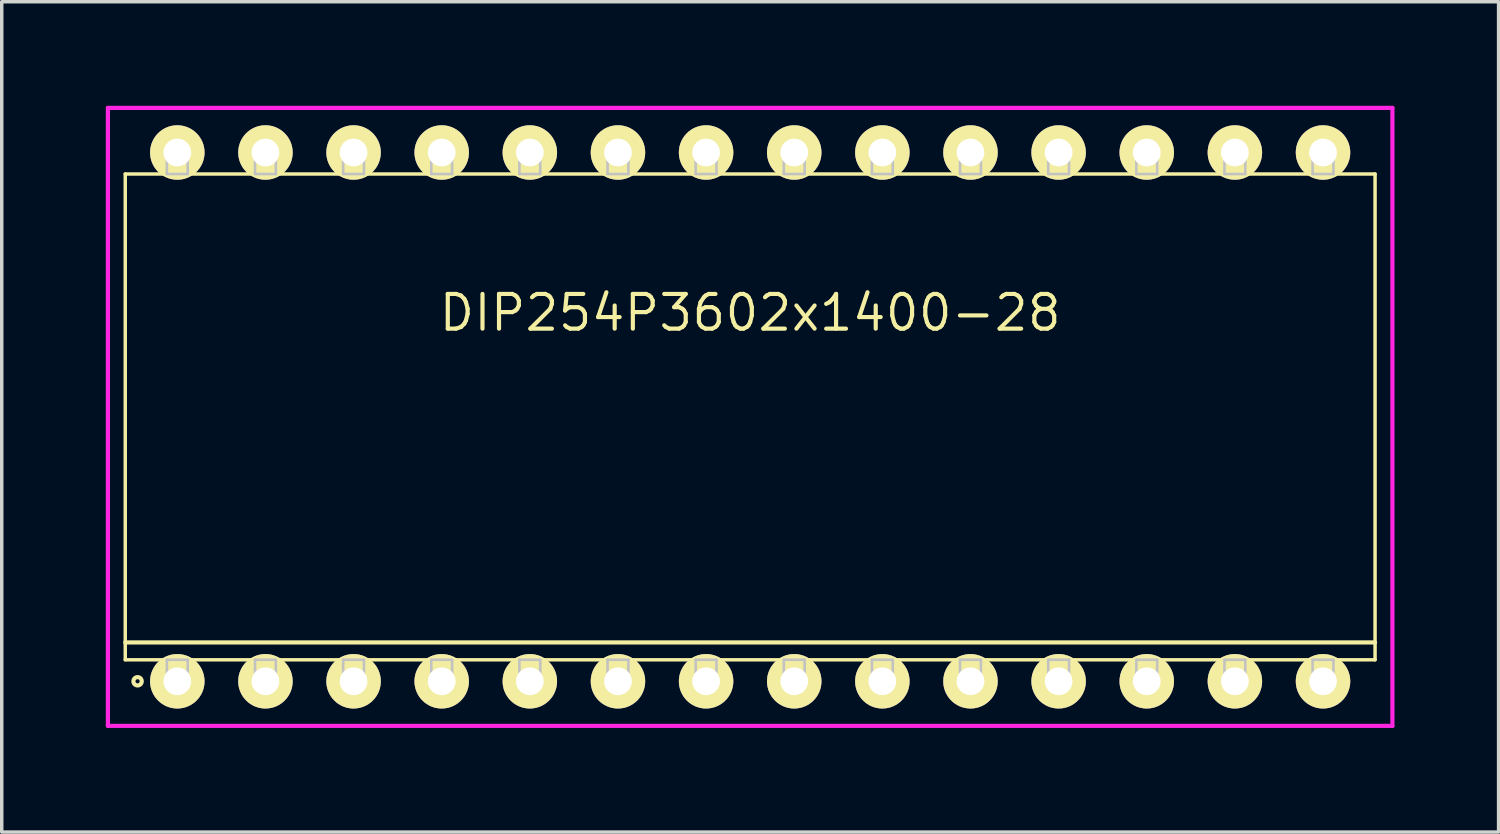
<source format=kicad_pcb>
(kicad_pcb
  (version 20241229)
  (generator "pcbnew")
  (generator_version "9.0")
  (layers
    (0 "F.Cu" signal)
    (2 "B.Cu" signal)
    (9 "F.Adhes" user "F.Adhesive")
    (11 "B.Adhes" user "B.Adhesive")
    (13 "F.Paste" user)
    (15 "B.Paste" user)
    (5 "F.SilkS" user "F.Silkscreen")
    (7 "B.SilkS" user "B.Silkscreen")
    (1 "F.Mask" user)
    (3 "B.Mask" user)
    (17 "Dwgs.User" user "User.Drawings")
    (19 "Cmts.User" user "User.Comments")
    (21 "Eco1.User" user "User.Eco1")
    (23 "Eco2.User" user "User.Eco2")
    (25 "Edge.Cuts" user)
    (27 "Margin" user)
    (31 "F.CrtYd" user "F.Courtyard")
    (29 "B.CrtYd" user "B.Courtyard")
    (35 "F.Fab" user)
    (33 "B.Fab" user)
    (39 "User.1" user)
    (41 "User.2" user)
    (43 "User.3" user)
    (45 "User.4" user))
  (footprint "DIP254P3602x1400-28"
    (layer "F.Cu")
    (at 18.57 8.965)
    (property "Reference" "DIP254P3602x1400-28" (at 0 -3 0) (layer "F.SilkS") (effects (font (size 1 1) (thickness 0.12))))
    (attr through_hole)
    (fp_line (start -18.01 -7) (end -18.01 7) (stroke (width 0.1) (type solid)) (layer "F.SilkS"))
    (fp_line (start -18.01 6.5) (end 18.01 6.5) (stroke (width 0.12) (type solid)) (layer "F.SilkS"))
    (fp_line (start -18.01 7) (end 18.01 7) (stroke (width 0.1) (type solid)) (layer "F.SilkS"))
    (fp_line (start 18.01 -7) (end -18.01 -7) (stroke (width 0.1) (type solid)) (layer "F.SilkS"))
    (fp_line (start 18.01 7) (end 18.01 -7) (stroke (width 0.1) (type solid)) (layer "F.SilkS"))
    (fp_circle (center -17.655 7.62) (end -17.535 7.62) (stroke (width 0.12) (type solid)) (fill no) (layer "F.SilkS"))
    (fp_line (start -16.81 -7.62) (end -16.81 -7) (stroke (width 0.075) (type solid)) (layer "Dwgs.User"))
    (fp_line (start -16.81 -7) (end -16.21 -7) (stroke (width 0.075) (type solid)) (layer "Dwgs.User"))
    (fp_line (start -16.81 7) (end -16.21 7) (stroke (width 0.075) (type solid)) (layer "Dwgs.User"))
    (fp_line (start -16.81 7.62) (end -16.81 7) (stroke (width 0.075) (type solid)) (layer "Dwgs.User"))
    (fp_line (start -16.21 -7.62) (end -16.81 -7.62) (stroke (width 0.075) (type solid)) (layer "Dwgs.User"))
    (fp_line (start -16.21 -7) (end -16.21 -7.62) (stroke (width 0.075) (type solid)) (layer "Dwgs.User"))
    (fp_line (start -16.21 7) (end -16.21 7.62) (stroke (width 0.075) (type solid)) (layer "Dwgs.User"))
    (fp_line (start -16.21 7.62) (end -16.81 7.62) (stroke (width 0.075) (type solid)) (layer "Dwgs.User"))
    (fp_line (start -14.27 -7.62) (end -14.27 -7) (stroke (width 0.075) (type solid)) (layer "Dwgs.User"))
    (fp_line (start -14.27 -7) (end -13.67 -7) (stroke (width 0.075) (type solid)) (layer "Dwgs.User"))
    (fp_line (start -14.27 7) (end -13.67 7) (stroke (width 0.075) (type solid)) (layer "Dwgs.User"))
    (fp_line (start -14.27 7.62) (end -14.27 7) (stroke (width 0.075) (type solid)) (layer "Dwgs.User"))
    (fp_line (start -13.67 -7.62) (end -14.27 -7.62) (stroke (width 0.075) (type solid)) (layer "Dwgs.User"))
    (fp_line (start -13.67 -7) (end -13.67 -7.62) (stroke (width 0.075) (type solid)) (layer "Dwgs.User"))
    (fp_line (start -13.67 7) (end -13.67 7.62) (stroke (width 0.075) (type solid)) (layer "Dwgs.User"))
    (fp_line (start -13.67 7.62) (end -14.27 7.62) (stroke (width 0.075) (type solid)) (layer "Dwgs.User"))
    (fp_line (start -11.73 -7.62) (end -11.73 -7) (stroke (width 0.075) (type solid)) (layer "Dwgs.User"))
    (fp_line (start -11.73 -7) (end -11.13 -7) (stroke (width 0.075) (type solid)) (layer "Dwgs.User"))
    (fp_line (start -11.73 7) (end -11.13 7) (stroke (width 0.075) (type solid)) (layer "Dwgs.User"))
    (fp_line (start -11.73 7.62) (end -11.73 7) (stroke (width 0.075) (type solid)) (layer "Dwgs.User"))
    (fp_line (start -11.13 -7.62) (end -11.73 -7.62) (stroke (width 0.075) (type solid)) (layer "Dwgs.User"))
    (fp_line (start -11.13 -7) (end -11.13 -7.62) (stroke (width 0.075) (type solid)) (layer "Dwgs.User"))
    (fp_line (start -11.13 7) (end -11.13 7.62) (stroke (width 0.075) (type solid)) (layer "Dwgs.User"))
    (fp_line (start -11.13 7.62) (end -11.73 7.62) (stroke (width 0.075) (type solid)) (layer "Dwgs.User"))
    (fp_line (start -9.19 -7.62) (end -9.19 -7) (stroke (width 0.075) (type solid)) (layer "Dwgs.User"))
    (fp_line (start -9.19 -7) (end -8.59 -7) (stroke (width 0.075) (type solid)) (layer "Dwgs.User"))
    (fp_line (start -9.19 7) (end -8.59 7) (stroke (width 0.075) (type solid)) (layer "Dwgs.User"))
    (fp_line (start -9.19 7.62) (end -9.19 7) (stroke (width 0.075) (type solid)) (layer "Dwgs.User"))
    (fp_line (start -8.59 -7.62) (end -9.19 -7.62) (stroke (width 0.075) (type solid)) (layer "Dwgs.User"))
    (fp_line (start -8.59 -7) (end -8.59 -7.62) (stroke (width 0.075) (type solid)) (layer "Dwgs.User"))
    (fp_line (start -8.59 7) (end -8.59 7.62) (stroke (width 0.075) (type solid)) (layer "Dwgs.User"))
    (fp_line (start -8.59 7.62) (end -9.19 7.62) (stroke (width 0.075) (type solid)) (layer "Dwgs.User"))
    (fp_line (start -6.65 -7.62) (end -6.65 -7) (stroke (width 0.075) (type solid)) (layer "Dwgs.User"))
    (fp_line (start -6.65 -7) (end -6.05 -7) (stroke (width 0.075) (type solid)) (layer "Dwgs.User"))
    (fp_line (start -6.65 7) (end -6.05 7) (stroke (width 0.075) (type solid)) (layer "Dwgs.User"))
    (fp_line (start -6.65 7.62) (end -6.65 7) (stroke (width 0.075) (type solid)) (layer "Dwgs.User"))
    (fp_line (start -6.05 -7.62) (end -6.65 -7.62) (stroke (width 0.075) (type solid)) (layer "Dwgs.User"))
    (fp_line (start -6.05 -7) (end -6.05 -7.62) (stroke (width 0.075) (type solid)) (layer "Dwgs.User"))
    (fp_line (start -6.05 7) (end -6.05 7.62) (stroke (width 0.075) (type solid)) (layer "Dwgs.User"))
    (fp_line (start -6.05 7.62) (end -6.65 7.62) (stroke (width 0.075) (type solid)) (layer "Dwgs.User"))
    (fp_line (start -4.11 -7.62) (end -4.11 -7) (stroke (width 0.075) (type solid)) (layer "Dwgs.User"))
    (fp_line (start -4.11 -7) (end -3.51 -7) (stroke (width 0.075) (type solid)) (layer "Dwgs.User"))
    (fp_line (start -4.11 7) (end -3.51 7) (stroke (width 0.075) (type solid)) (layer "Dwgs.User"))
    (fp_line (start -4.11 7.62) (end -4.11 7) (stroke (width 0.075) (type solid)) (layer "Dwgs.User"))
    (fp_line (start -3.51 -7.62) (end -4.11 -7.62) (stroke (width 0.075) (type solid)) (layer "Dwgs.User"))
    (fp_line (start -3.51 -7) (end -3.51 -7.62) (stroke (width 0.075) (type solid)) (layer "Dwgs.User"))
    (fp_line (start -3.51 7) (end -3.51 7.62) (stroke (width 0.075) (type solid)) (layer "Dwgs.User"))
    (fp_line (start -3.51 7.62) (end -4.11 7.62) (stroke (width 0.075) (type solid)) (layer "Dwgs.User"))
    (fp_line (start -1.57 -7.62) (end -1.57 -7) (stroke (width 0.075) (type solid)) (layer "Dwgs.User"))
    (fp_line (start -1.57 -7) (end -0.97 -7) (stroke (width 0.075) (type solid)) (layer "Dwgs.User"))
    (fp_line (start -1.57 7) (end -0.97 7) (stroke (width 0.075) (type solid)) (layer "Dwgs.User"))
    (fp_line (start -1.57 7.62) (end -1.57 7) (stroke (width 0.075) (type solid)) (layer "Dwgs.User"))
    (fp_line (start -0.97 -7.62) (end -1.57 -7.62) (stroke (width 0.075) (type solid)) (layer "Dwgs.User"))
    (fp_line (start -0.97 -7) (end -0.97 -7.62) (stroke (width 0.075) (type solid)) (layer "Dwgs.User"))
    (fp_line (start -0.97 7) (end -0.97 7.62) (stroke (width 0.075) (type solid)) (layer "Dwgs.User"))
    (fp_line (start -0.97 7.62) (end -1.57 7.62) (stroke (width 0.075) (type solid)) (layer "Dwgs.User"))
    (fp_line (start 0.97 -7.62) (end 0.97 -7) (stroke (width 0.075) (type solid)) (layer "Dwgs.User"))
    (fp_line (start 0.97 -7) (end 1.57 -7) (stroke (width 0.075) (type solid)) (layer "Dwgs.User"))
    (fp_line (start 0.97 7) (end 1.57 7) (stroke (width 0.075) (type solid)) (layer "Dwgs.User"))
    (fp_line (start 0.97 7.62) (end 0.97 7) (stroke (width 0.075) (type solid)) (layer "Dwgs.User"))
    (fp_line (start 1.57 -7.62) (end 0.97 -7.62) (stroke (width 0.075) (type solid)) (layer "Dwgs.User"))
    (fp_line (start 1.57 -7) (end 1.57 -7.62) (stroke (width 0.075) (type solid)) (layer "Dwgs.User"))
    (fp_line (start 1.57 7) (end 1.57 7.62) (stroke (width 0.075) (type solid)) (layer "Dwgs.User"))
    (fp_line (start 1.57 7.62) (end 0.97 7.62) (stroke (width 0.075) (type solid)) (layer "Dwgs.User"))
    (fp_line (start 3.51 -7.62) (end 3.51 -7) (stroke (width 0.075) (type solid)) (layer "Dwgs.User"))
    (fp_line (start 3.51 -7) (end 4.11 -7) (stroke (width 0.075) (type solid)) (layer "Dwgs.User"))
    (fp_line (start 3.51 7) (end 4.11 7) (stroke (width 0.075) (type solid)) (layer "Dwgs.User"))
    (fp_line (start 3.51 7.62) (end 3.51 7) (stroke (width 0.075) (type solid)) (layer "Dwgs.User"))
    (fp_line (start 4.11 -7.62) (end 3.51 -7.62) (stroke (width 0.075) (type solid)) (layer "Dwgs.User"))
    (fp_line (start 4.11 -7) (end 4.11 -7.62) (stroke (width 0.075) (type solid)) (layer "Dwgs.User"))
    (fp_line (start 4.11 7) (end 4.11 7.62) (stroke (width 0.075) (type solid)) (layer "Dwgs.User"))
    (fp_line (start 4.11 7.62) (end 3.51 7.62) (stroke (width 0.075) (type solid)) (layer "Dwgs.User"))
    (fp_line (start 6.05 -7.62) (end 6.05 -7) (stroke (width 0.075) (type solid)) (layer "Dwgs.User"))
    (fp_line (start 6.05 -7) (end 6.65 -7) (stroke (width 0.075) (type solid)) (layer "Dwgs.User"))
    (fp_line (start 6.05 7) (end 6.65 7) (stroke (width 0.075) (type solid)) (layer "Dwgs.User"))
    (fp_line (start 6.05 7.62) (end 6.05 7) (stroke (width 0.075) (type solid)) (layer "Dwgs.User"))
    (fp_line (start 6.65 -7.62) (end 6.05 -7.62) (stroke (width 0.075) (type solid)) (layer "Dwgs.User"))
    (fp_line (start 6.65 -7) (end 6.65 -7.62) (stroke (width 0.075) (type solid)) (layer "Dwgs.User"))
    (fp_line (start 6.65 7) (end 6.65 7.62) (stroke (width 0.075) (type solid)) (layer "Dwgs.User"))
    (fp_line (start 6.65 7.62) (end 6.05 7.62) (stroke (width 0.075) (type solid)) (layer "Dwgs.User"))
    (fp_line (start 8.59 -7.62) (end 8.59 -7) (stroke (width 0.075) (type solid)) (layer "Dwgs.User"))
    (fp_line (start 8.59 -7) (end 9.19 -7) (stroke (width 0.075) (type solid)) (layer "Dwgs.User"))
    (fp_line (start 8.59 7) (end 9.19 7) (stroke (width 0.075) (type solid)) (layer "Dwgs.User"))
    (fp_line (start 8.59 7.62) (end 8.59 7) (stroke (width 0.075) (type solid)) (layer "Dwgs.User"))
    (fp_line (start 9.19 -7.62) (end 8.59 -7.62) (stroke (width 0.075) (type solid)) (layer "Dwgs.User"))
    (fp_line (start 9.19 -7) (end 9.19 -7.62) (stroke (width 0.075) (type solid)) (layer "Dwgs.User"))
    (fp_line (start 9.19 7) (end 9.19 7.62) (stroke (width 0.075) (type solid)) (layer "Dwgs.User"))
    (fp_line (start 9.19 7.62) (end 8.59 7.62) (stroke (width 0.075) (type solid)) (layer "Dwgs.User"))
    (fp_line (start 11.13 -7.62) (end 11.13 -7) (stroke (width 0.075) (type solid)) (layer "Dwgs.User"))
    (fp_line (start 11.13 -7) (end 11.73 -7) (stroke (width 0.075) (type solid)) (layer "Dwgs.User"))
    (fp_line (start 11.13 7) (end 11.73 7) (stroke (width 0.075) (type solid)) (layer "Dwgs.User"))
    (fp_line (start 11.13 7.62) (end 11.13 7) (stroke (width 0.075) (type solid)) (layer "Dwgs.User"))
    (fp_line (start 11.73 -7.62) (end 11.13 -7.62) (stroke (width 0.075) (type solid)) (layer "Dwgs.User"))
    (fp_line (start 11.73 -7) (end 11.73 -7.62) (stroke (width 0.075) (type solid)) (layer "Dwgs.User"))
    (fp_line (start 11.73 7) (end 11.73 7.62) (stroke (width 0.075) (type solid)) (layer "Dwgs.User"))
    (fp_line (start 11.73 7.62) (end 11.13 7.62) (stroke (width 0.075) (type solid)) (layer "Dwgs.User"))
    (fp_line (start 13.67 -7.62) (end 13.67 -7) (stroke (width 0.075) (type solid)) (layer "Dwgs.User"))
    (fp_line (start 13.67 -7) (end 14.27 -7) (stroke (width 0.075) (type solid)) (layer "Dwgs.User"))
    (fp_line (start 13.67 7) (end 14.27 7) (stroke (width 0.075) (type solid)) (layer "Dwgs.User"))
    (fp_line (start 13.67 7.62) (end 13.67 7) (stroke (width 0.075) (type solid)) (layer "Dwgs.User"))
    (fp_line (start 14.27 -7.62) (end 13.67 -7.62) (stroke (width 0.075) (type solid)) (layer "Dwgs.User"))
    (fp_line (start 14.27 -7) (end 14.27 -7.62) (stroke (width 0.075) (type solid)) (layer "Dwgs.User"))
    (fp_line (start 14.27 7) (end 14.27 7.62) (stroke (width 0.075) (type solid)) (layer "Dwgs.User"))
    (fp_line (start 14.27 7.62) (end 13.67 7.62) (stroke (width 0.075) (type solid)) (layer "Dwgs.User"))
    (fp_line (start 16.21 -7.62) (end 16.21 -7) (stroke (width 0.075) (type solid)) (layer "Dwgs.User"))
    (fp_line (start 16.21 -7) (end 16.81 -7) (stroke (width 0.075) (type solid)) (layer "Dwgs.User"))
    (fp_line (start 16.21 7) (end 16.81 7) (stroke (width 0.075) (type solid)) (layer "Dwgs.User"))
    (fp_line (start 16.21 7.62) (end 16.21 7) (stroke (width 0.075) (type solid)) (layer "Dwgs.User"))
    (fp_line (start 16.81 -7.62) (end 16.21 -7.62) (stroke (width 0.075) (type solid)) (layer "Dwgs.User"))
    (fp_line (start 16.81 -7) (end 16.81 -7.62) (stroke (width 0.075) (type solid)) (layer "Dwgs.User"))
    (fp_line (start 16.81 7) (end 16.81 7.62) (stroke (width 0.075) (type solid)) (layer "Dwgs.User"))
    (fp_line (start 16.81 7.62) (end 16.21 7.62) (stroke (width 0.075) (type solid)) (layer "Dwgs.User"))
    (fp_line (start -18.51 -8.905) (end -18.51 8.905) (stroke (width 0.12) (type solid)) (layer "F.CrtYd"))
    (fp_line (start -18.51 8.905) (end 18.51 8.905) (stroke (width 0.12) (type solid)) (layer "F.CrtYd"))
    (fp_line (start 18.51 -8.905) (end -18.51 -8.905) (stroke (width 0.12) (type solid)) (layer "F.CrtYd"))
    (fp_line (start 18.51 8.905) (end 18.51 -8.905) (stroke (width 0.12) (type solid)) (layer "F.CrtYd"))
    (pad "1" thru_hole oval (at -16.51 7.62) (size 1.57 1.57) (drill 0.8) (layers "*.Cu" "*.Mask" "F.SilkS"))
    (pad "2" thru_hole oval (at -13.97 7.62) (size 1.57 1.57) (drill 0.8) (layers "*.Cu" "*.Mask" "F.SilkS"))
    (pad "3" thru_hole oval (at -11.43 7.62) (size 1.57 1.57) (drill 0.8) (layers "*.Cu" "*.Mask" "F.SilkS"))
    (pad "4" thru_hole oval (at -8.89 7.62) (size 1.57 1.57) (drill 0.8) (layers "*.Cu" "*.Mask" "F.SilkS"))
    (pad "5" thru_hole oval (at -6.35 7.62) (size 1.57 1.57) (drill 0.8) (layers "*.Cu" "*.Mask" "F.SilkS"))
    (pad "6" thru_hole oval (at -3.81 7.62) (size 1.57 1.57) (drill 0.8) (layers "*.Cu" "*.Mask" "F.SilkS"))
    (pad "7" thru_hole oval (at -1.27 7.62) (size 1.57 1.57) (drill 0.8) (layers "*.Cu" "*.Mask" "F.SilkS"))
    (pad "8" thru_hole oval (at 1.27 7.62) (size 1.57 1.57) (drill 0.8) (layers "*.Cu" "*.Mask" "F.SilkS"))
    (pad "9" thru_hole oval (at 3.81 7.62) (size 1.57 1.57) (drill 0.8) (layers "*.Cu" "*.Mask" "F.SilkS"))
    (pad "10" thru_hole oval (at 6.35 7.62) (size 1.57 1.57) (drill 0.8) (layers "*.Cu" "*.Mask" "F.SilkS"))
    (pad "11" thru_hole oval (at 8.89 7.62) (size 1.57 1.57) (drill 0.8) (layers "*.Cu" "*.Mask" "F.SilkS"))
    (pad "12" thru_hole oval (at 11.43 7.62) (size 1.57 1.57) (drill 0.8) (layers "*.Cu" "*.Mask" "F.SilkS"))
    (pad "13" thru_hole oval (at 13.97 7.62) (size 1.57 1.57) (drill 0.8) (layers "*.Cu" "*.Mask" "F.SilkS"))
    (pad "14" thru_hole oval (at 16.51 7.62) (size 1.57 1.57) (drill 0.8) (layers "*.Cu" "*.Mask" "F.SilkS"))
    (pad "15" thru_hole oval (at 16.51 -7.62) (size 1.57 1.57) (drill 0.8) (layers "*.Cu" "*.Mask" "F.SilkS"))
    (pad "16" thru_hole oval (at 13.97 -7.62) (size 1.57 1.57) (drill 0.8) (layers "*.Cu" "*.Mask" "F.SilkS"))
    (pad "17" thru_hole oval (at 11.43 -7.62) (size 1.57 1.57) (drill 0.8) (layers "*.Cu" "*.Mask" "F.SilkS"))
    (pad "18" thru_hole oval (at 8.89 -7.62) (size 1.57 1.57) (drill 0.8) (layers "*.Cu" "*.Mask" "F.SilkS"))
    (pad "19" thru_hole oval (at 6.35 -7.62) (size 1.57 1.57) (drill 0.8) (layers "*.Cu" "*.Mask" "F.SilkS"))
    (pad "20" thru_hole oval (at 3.81 -7.62) (size 1.57 1.57) (drill 0.8) (layers "*.Cu" "*.Mask" "F.SilkS"))
    (pad "21" thru_hole oval (at 1.27 -7.62) (size 1.57 1.57) (drill 0.8) (layers "*.Cu" "*.Mask" "F.SilkS"))
    (pad "22" thru_hole oval (at -1.27 -7.62) (size 1.57 1.57) (drill 0.8) (layers "*.Cu" "*.Mask" "F.SilkS"))
    (pad "23" thru_hole oval (at -3.81 -7.62) (size 1.57 1.57) (drill 0.8) (layers "*.Cu" "*.Mask" "F.SilkS"))
    (pad "24" thru_hole oval (at -6.35 -7.62) (size 1.57 1.57) (drill 0.8) (layers "*.Cu" "*.Mask" "F.SilkS"))
    (pad "25" thru_hole oval (at -8.89 -7.62) (size 1.57 1.57) (drill 0.8) (layers "*.Cu" "*.Mask" "F.SilkS"))
    (pad "26" thru_hole oval (at -11.43 -7.62) (size 1.57 1.57) (drill 0.8) (layers "*.Cu" "*.Mask" "F.SilkS"))
    (pad "27" thru_hole oval (at -13.97 -7.62) (size 1.57 1.57) (drill 0.8) (layers "*.Cu" "*.Mask" "F.SilkS"))
    (pad "28" thru_hole oval (at -16.51 -7.62) (size 1.57 1.57) (drill 0.8) (layers "*.Cu" "*.Mask" "F.SilkS")))
  (gr_rect
    (start -3 -3)
    (end 40.14 20.93)
    (stroke (width 0.1) (type default))
    (fill no)
    (layer "Edge.Cuts")))
</source>
